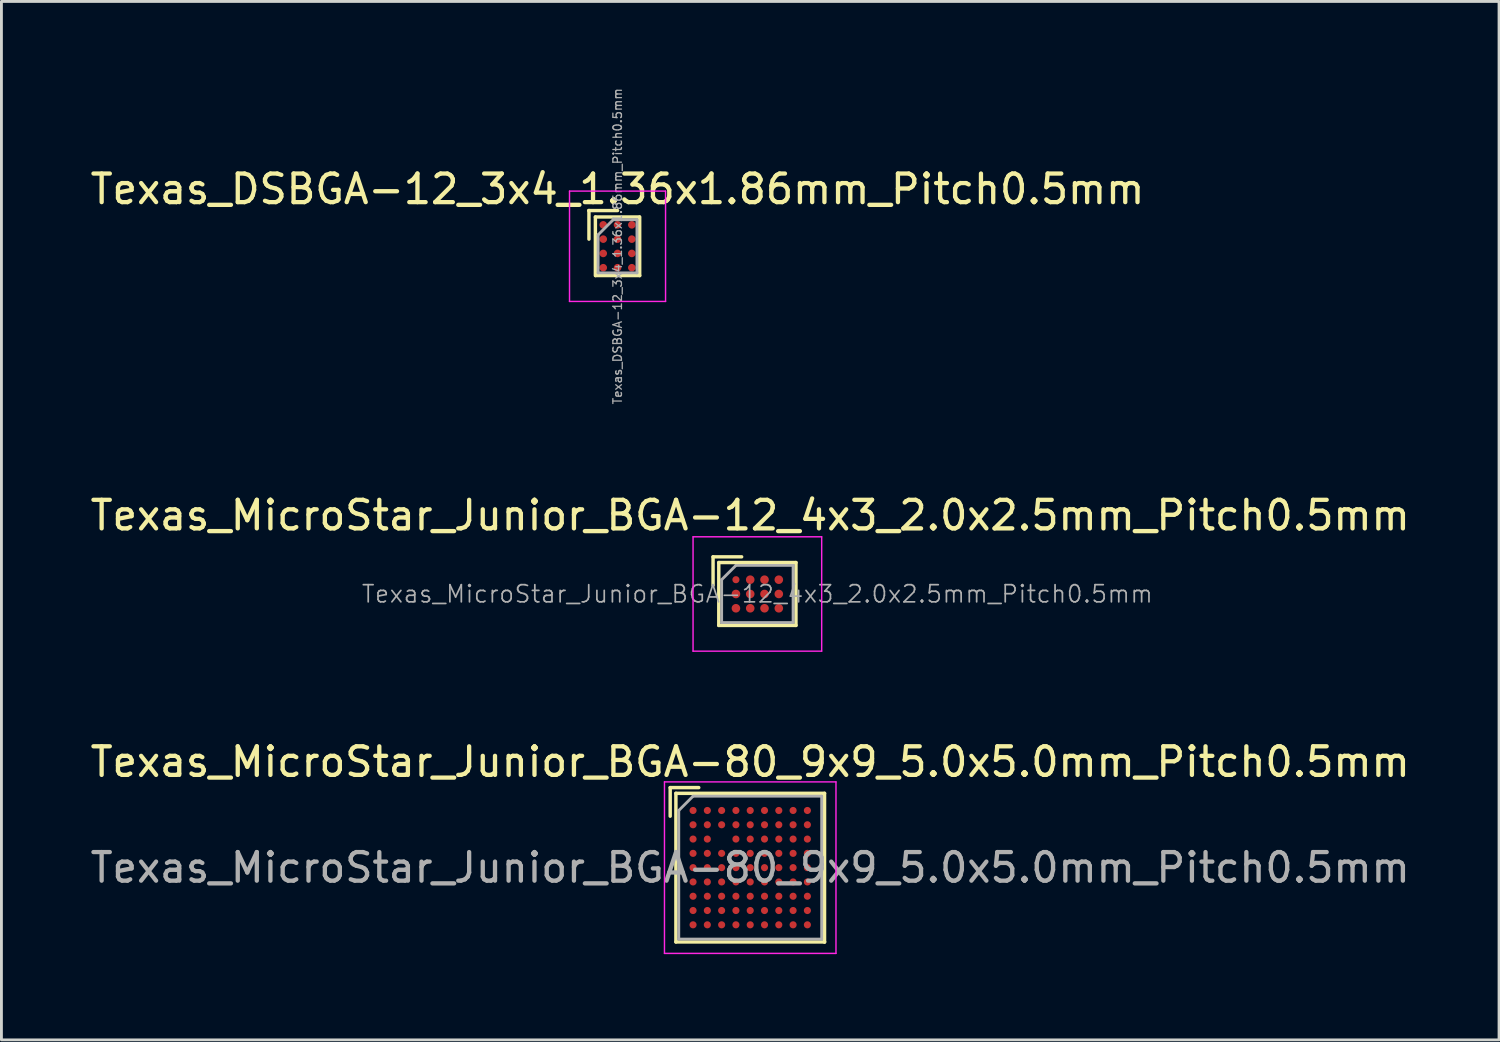
<source format=kicad_pcb>
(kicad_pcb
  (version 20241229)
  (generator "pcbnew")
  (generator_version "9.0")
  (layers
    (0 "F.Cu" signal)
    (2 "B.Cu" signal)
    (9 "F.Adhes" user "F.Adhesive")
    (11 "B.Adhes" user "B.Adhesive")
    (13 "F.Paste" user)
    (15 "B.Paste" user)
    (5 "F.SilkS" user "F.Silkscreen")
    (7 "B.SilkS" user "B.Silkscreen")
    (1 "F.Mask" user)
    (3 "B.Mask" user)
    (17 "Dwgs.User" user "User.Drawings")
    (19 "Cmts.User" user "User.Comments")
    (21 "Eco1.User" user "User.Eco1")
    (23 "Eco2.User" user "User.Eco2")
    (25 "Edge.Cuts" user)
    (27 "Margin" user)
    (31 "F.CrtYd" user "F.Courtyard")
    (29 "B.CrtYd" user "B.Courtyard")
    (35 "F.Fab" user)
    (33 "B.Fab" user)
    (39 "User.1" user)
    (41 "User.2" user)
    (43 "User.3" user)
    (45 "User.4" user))
  (footprint "Texas_MicroStar_Junior_BGA-12_4x3_2.0x2.5mm_Pitch0.5mm"
    (layer "F.Cu")
    (at 23.446 17.73)
    (property "Reference" "Texas_MicroStar_Junior_BGA-12_4x3_2.0x2.5mm_Pitch0.5mm" (at -0.25 -2.75 0) (layer "F.SilkS") (effects (font (size 1 1) (thickness 0.15))))
    (attr smd)
    (fp_line (start -1.55 -1.3) (end -1.55 -0.3) (stroke (width 0.12) (type solid)) (layer "F.SilkS"))
    (fp_line (start -1.55 -1.3) (end -0.55 -1.3) (stroke (width 0.12) (type solid)) (layer "F.SilkS"))
    (fp_line (start -1.35 -1.1) (end 1.35 -1.1) (stroke (width 0.12) (type solid)) (layer "F.SilkS"))
    (fp_line (start -1.35 1.1) (end -1.35 -1.1) (stroke (width 0.12) (type solid)) (layer "F.SilkS"))
    (fp_line (start -1.35 1.1) (end 1.35 1.1) (stroke (width 0.12) (type solid)) (layer "F.SilkS"))
    (fp_line (start 1.35 -1.1) (end 1.35 1.1) (stroke (width 0.12) (type solid)) (layer "F.SilkS"))
    (fp_line (start -2.25 -2) (end 2.25 -2) (stroke (width 0.05) (type solid)) (layer "F.CrtYd"))
    (fp_line (start -2.25 2) (end -2.25 -2) (stroke (width 0.05) (type solid)) (layer "F.CrtYd"))
    (fp_line (start 2.25 -2) (end 2.25 2) (stroke (width 0.05) (type solid)) (layer "F.CrtYd"))
    (fp_line (start 2.25 2) (end -2.25 2) (stroke (width 0.05) (type solid)) (layer "F.CrtYd"))
    (fp_line (start -1.25 1) (end -1.25 -0.5) (stroke (width 0.1) (type solid)) (layer "F.Fab"))
    (fp_line (start -0.75 -1) (end -1.25 -0.5) (stroke (width 0.1) (type solid)) (layer "F.Fab"))
    (fp_line (start -0.75 -1) (end 1.25 -1) (stroke (width 0.1) (type solid)) (layer "F.Fab"))
    (fp_line (start 1.25 -1) (end 1.25 1) (stroke (width 0.1) (type solid)) (layer "F.Fab"))
    (fp_line (start 1.25 1) (end -1.25 1) (stroke (width 0.1) (type solid)) (layer "F.Fab"))
    (fp_text user "${REFERENCE}" (at 0 0 0) (layer "F.Fab") (effects (font (size 0.6 0.6) (thickness 0.06))))
    (pad "A1" smd circle (at -0.75 -0.5) (size 0.25 0.25) (layers "F.Cu" "F.Mask" "F.Paste"))
    (pad "A2" smd circle (at -0.25 -0.5) (size 0.3 0.3) (layers "F.Cu" "F.Mask" "F.Paste"))
    (pad "A3" smd circle (at 0.25 -0.5) (size 0.3 0.3) (layers "F.Cu" "F.Mask" "F.Paste"))
    (pad "A4" smd circle (at 0.75 -0.5) (size 0.3 0.3) (layers "F.Cu" "F.Mask" "F.Paste"))
    (pad "B1" smd circle (at -0.75 0) (size 0.3 0.3) (layers "F.Cu" "F.Mask" "F.Paste"))
    (pad "B2" smd circle (at -0.25 0) (size 0.3 0.3) (layers "F.Cu" "F.Mask" "F.Paste"))
    (pad "B3" smd circle (at 0.25 0) (size 0.3 0.3) (layers "F.Cu" "F.Mask" "F.Paste"))
    (pad "B4" smd circle (at 0.75 0) (size 0.3 0.3) (layers "F.Cu" "F.Mask" "F.Paste"))
    (pad "C1" smd circle (at -0.75 0.5) (size 0.3 0.3) (layers "F.Cu" "F.Mask" "F.Paste"))
    (pad "C2" smd circle (at -0.25 0.5) (size 0.3 0.3) (layers "F.Cu" "F.Mask" "F.Paste"))
    (pad "C3" smd circle (at 0.25 0.5) (size 0.3 0.3) (layers "F.Cu" "F.Mask" "F.Paste"))
    (pad "C4" smd circle (at 0.75 0.5) (size 0.3 0.3) (layers "F.Cu" "F.Mask" "F.Paste")))
  (footprint "Texas_MicroStar_Junior_BGA-80_9x9_5.0x5.0mm_Pitch0.5mm"
    (layer "F.Cu")
    (at 23.196 27.304)
    (property "Reference" "Texas_MicroStar_Junior_BGA-80_9x9_5.0x5.0mm_Pitch0.5mm" (at 0 -3.7 0) (layer "F.SilkS") (effects (font (size 1 1) (thickness 0.15))))
    (attr smd)
    (fp_line (start -2.8 -2.8) (end -1.8 -2.8) (stroke (width 0.12) (type solid)) (layer "F.SilkS"))
    (fp_line (start -2.8 -1.8) (end -2.8 -2.8) (stroke (width 0.12) (type solid)) (layer "F.SilkS"))
    (fp_line (start -2.6 -2.6) (end 2.6 -2.6) (stroke (width 0.12) (type solid)) (layer "F.SilkS"))
    (fp_line (start -2.6 2.6) (end -2.6 -2.6) (stroke (width 0.12) (type solid)) (layer "F.SilkS"))
    (fp_line (start 2.6 -2.6) (end 2.6 2.6) (stroke (width 0.12) (type solid)) (layer "F.SilkS"))
    (fp_line (start 2.6 2.6) (end -2.6 2.6) (stroke (width 0.12) (type solid)) (layer "F.SilkS"))
    (fp_line (start 2.6 2.6) (end 2.6 2.6) (stroke (width 0.12) (type solid)) (layer "F.SilkS"))
    (fp_line (start -3 -3) (end 3 -3) (stroke (width 0.05) (type solid)) (layer "F.CrtYd"))
    (fp_line (start -3 3) (end -3 -3) (stroke (width 0.05) (type solid)) (layer "F.CrtYd"))
    (fp_line (start 3 -3) (end 3 3) (stroke (width 0.05) (type solid)) (layer "F.CrtYd"))
    (fp_line (start 3 3) (end -3 3) (stroke (width 0.05) (type solid)) (layer "F.CrtYd"))
    (fp_line (start -2.5 2.5) (end -2.5 -2) (stroke (width 0.1) (type solid)) (layer "F.Fab"))
    (fp_line (start -2 -2.5) (end -2.5 -2) (stroke (width 0.1) (type solid)) (layer "F.Fab"))
    (fp_line (start -2 -2.5) (end 2.5 -2.5) (stroke (width 0.1) (type solid)) (layer "F.Fab"))
    (fp_line (start 2.5 -2.5) (end 2.5 2.5) (stroke (width 0.1) (type solid)) (layer "F.Fab"))
    (fp_line (start 2.5 2.5) (end -2.5 2.5) (stroke (width 0.1) (type solid)) (layer "F.Fab"))
    (fp_text user "${REFERENCE}" (at 0 0 0) (layer "F.Fab") (effects (font (size 1 1) (thickness 0.15))))
    (pad "A1" smd circle (at -2 -2) (size 0.25 0.25) (layers "F.Cu" "F.Mask" "F.Paste"))
    (pad "A2" smd circle (at -1.5 -2) (size 0.25 0.25) (layers "F.Cu" "F.Mask" "F.Paste"))
    (pad "A3" smd circle (at -1 -2) (size 0.25 0.25) (layers "F.Cu" "F.Mask" "F.Paste"))
    (pad "A4" smd circle (at -0.5 -2) (size 0.25 0.25) (layers "F.Cu" "F.Mask" "F.Paste"))
    (pad "A5" smd circle (at 0 -2) (size 0.25 0.25) (layers "F.Cu" "F.Mask" "F.Paste"))
    (pad "A6" smd circle (at 0.5 -2) (size 0.25 0.25) (layers "F.Cu" "F.Mask" "F.Paste"))
    (pad "A7" smd circle (at 1 -2) (size 0.25 0.25) (layers "F.Cu" "F.Mask" "F.Paste"))
    (pad "A8" smd circle (at 1.5 -2) (size 0.25 0.25) (layers "F.Cu" "F.Mask" "F.Paste"))
    (pad "A9" smd circle (at 2 -2) (size 0.25 0.25) (layers "F.Cu" "F.Mask" "F.Paste"))
    (pad "B1" smd circle (at -2 -1.5) (size 0.25 0.25) (layers "F.Cu" "F.Mask" "F.Paste"))
    (pad "B2" smd circle (at -1.5 -1.5) (size 0.25 0.25) (layers "F.Cu" "F.Mask" "F.Paste"))
    (pad "B3" smd circle (at -1 -1.5) (size 0.25 0.25) (layers "F.Cu" "F.Mask" "F.Paste"))
    (pad "B4" smd circle (at -0.5 -1.5) (size 0.25 0.25) (layers "F.Cu" "F.Mask" "F.Paste"))
    (pad "B5" smd circle (at 0 -1.5) (size 0.25 0.25) (layers "F.Cu" "F.Mask" "F.Paste"))
    (pad "B6" smd circle (at 0.5 -1.5) (size 0.25 0.25) (layers "F.Cu" "F.Mask" "F.Paste"))
    (pad "B7" smd circle (at 1 -1.5) (size 0.25 0.25) (layers "F.Cu" "F.Mask" "F.Paste"))
    (pad "B8" smd circle (at 1.5 -1.5) (size 0.25 0.25) (layers "F.Cu" "F.Mask" "F.Paste"))
    (pad "B9" smd circle (at 2 -1.5) (size 0.25 0.25) (layers "F.Cu" "F.Mask" "F.Paste"))
    (pad "C1" smd circle (at -2 -1) (size 0.25 0.25) (layers "F.Cu" "F.Mask" "F.Paste"))
    (pad "C2" smd circle (at -1.5 -1) (size 0.25 0.25) (layers "F.Cu" "F.Mask" "F.Paste"))
    (pad "C4" smd circle (at -0.5 -1) (size 0.25 0.25) (layers "F.Cu" "F.Mask" "F.Paste"))
    (pad "C5" smd circle (at 0 -1) (size 0.25 0.25) (layers "F.Cu" "F.Mask" "F.Paste"))
    (pad "C6" smd circle (at 0.5 -1) (size 0.25 0.25) (layers "F.Cu" "F.Mask" "F.Paste"))
    (pad "C7" smd circle (at 1 -1) (size 0.25 0.25) (layers "F.Cu" "F.Mask" "F.Paste"))
    (pad "C8" smd circle (at 1.5 -1) (size 0.25 0.25) (layers "F.Cu" "F.Mask" "F.Paste"))
    (pad "C9" smd circle (at 2 -1) (size 0.25 0.25) (layers "F.Cu" "F.Mask" "F.Paste"))
    (pad "D1" smd circle (at -2 -0.5) (size 0.25 0.25) (layers "F.Cu" "F.Mask" "F.Paste"))
    (pad "D2" smd circle (at -1.5 -0.5) (size 0.25 0.25) (layers "F.Cu" "F.Mask" "F.Paste"))
    (pad "D3" smd circle (at -1 -0.5) (size 0.25 0.25) (layers "F.Cu" "F.Mask" "F.Paste"))
    (pad "D4" smd circle (at -0.5 -0.5) (size 0.25 0.25) (layers "F.Cu" "F.Mask" "F.Paste"))
    (pad "D5" smd circle (at 0 -0.5) (size 0.25 0.25) (layers "F.Cu" "F.Mask" "F.Paste"))
    (pad "D6" smd circle (at 0.5 -0.5) (size 0.25 0.25) (layers "F.Cu" "F.Mask" "F.Paste"))
    (pad "D7" smd circle (at 1 -0.5) (size 0.25 0.25) (layers "F.Cu" "F.Mask" "F.Paste"))
    (pad "D8" smd circle (at 1.5 -0.5) (size 0.25 0.25) (layers "F.Cu" "F.Mask" "F.Paste"))
    (pad "D9" smd circle (at 2 -0.5) (size 0.25 0.25) (layers "F.Cu" "F.Mask" "F.Paste"))
    (pad "E1" smd circle (at -2 0) (size 0.25 0.25) (layers "F.Cu" "F.Mask" "F.Paste"))
    (pad "E2" smd circle (at -1.5 0) (size 0.25 0.25) (layers "F.Cu" "F.Mask" "F.Paste"))
    (pad "E3" smd circle (at -1 0) (size 0.25 0.25) (layers "F.Cu" "F.Mask" "F.Paste"))
    (pad "E4" smd circle (at -0.5 0) (size 0.25 0.25) (layers "F.Cu" "F.Mask" "F.Paste"))
    (pad "E5" smd circle (at 0 0) (size 0.25 0.25) (layers "F.Cu" "F.Mask" "F.Paste"))
    (pad "E6" smd circle (at 0.5 0) (size 0.25 0.25) (layers "F.Cu" "F.Mask" "F.Paste"))
    (pad "E7" smd circle (at 1 0) (size 0.25 0.25) (layers "F.Cu" "F.Mask" "F.Paste"))
    (pad "E8" smd circle (at 1.5 0) (size 0.25 0.25) (layers "F.Cu" "F.Mask" "F.Paste"))
    (pad "E9" smd circle (at 2 0) (size 0.25 0.25) (layers "F.Cu" "F.Mask" "F.Paste"))
    (pad "F1" smd circle (at -2 0.5) (size 0.25 0.25) (layers "F.Cu" "F.Mask" "F.Paste"))
    (pad "F2" smd circle (at -1.5 0.5) (size 0.25 0.25) (layers "F.Cu" "F.Mask" "F.Paste"))
    (pad "F3" smd circle (at -1 0.5) (size 0.25 0.25) (layers "F.Cu" "F.Mask" "F.Paste"))
    (pad "F4" smd circle (at -0.5 0.5) (size 0.25 0.25) (layers "F.Cu" "F.Mask" "F.Paste"))
    (pad "F5" smd circle (at 0 0.5) (size 0.25 0.25) (layers "F.Cu" "F.Mask" "F.Paste"))
    (pad "F6" smd circle (at 0.5 0.5) (size 0.25 0.25) (layers "F.Cu" "F.Mask" "F.Paste"))
    (pad "F7" smd circle (at 1 0.5) (size 0.25 0.25) (layers "F.Cu" "F.Mask" "F.Paste"))
    (pad "F8" smd circle (at 1.5 0.5) (size 0.25 0.25) (layers "F.Cu" "F.Mask" "F.Paste"))
    (pad "F9" smd circle (at 2 0.5) (size 0.25 0.25) (layers "F.Cu" "F.Mask" "F.Paste"))
    (pad "G1" smd circle (at -2 1) (size 0.25 0.25) (layers "F.Cu" "F.Mask" "F.Paste"))
    (pad "G2" smd circle (at -1.5 1) (size 0.25 0.25) (layers "F.Cu" "F.Mask" "F.Paste"))
    (pad "G3" smd circle (at -1 1) (size 0.25 0.25) (layers "F.Cu" "F.Mask" "F.Paste"))
    (pad "G4" smd circle (at -0.5 1) (size 0.25 0.25) (layers "F.Cu" "F.Mask" "F.Paste"))
    (pad "G5" smd circle (at 0 1) (size 0.25 0.25) (layers "F.Cu" "F.Mask" "F.Paste"))
    (pad "G6" smd circle (at 0.5 1) (size 0.25 0.25) (layers "F.Cu" "F.Mask" "F.Paste"))
    (pad "G7" smd circle (at 1 1) (size 0.25 0.25) (layers "F.Cu" "F.Mask" "F.Paste"))
    (pad "G8" smd circle (at 1.5 1) (size 0.25 0.25) (layers "F.Cu" "F.Mask" "F.Paste"))
    (pad "G9" smd circle (at 2 1) (size 0.25 0.25) (layers "F.Cu" "F.Mask" "F.Paste"))
    (pad "H1" smd circle (at -2 1.5) (size 0.25 0.25) (layers "F.Cu" "F.Mask" "F.Paste"))
    (pad "H2" smd circle (at -1.5 1.5) (size 0.25 0.25) (layers "F.Cu" "F.Mask" "F.Paste"))
    (pad "H3" smd circle (at -1 1.5) (size 0.25 0.25) (layers "F.Cu" "F.Mask" "F.Paste"))
    (pad "H4" smd circle (at -0.5 1.5) (size 0.25 0.25) (layers "F.Cu" "F.Mask" "F.Paste"))
    (pad "H5" smd circle (at 0 1.5) (size 0.25 0.25) (layers "F.Cu" "F.Mask" "F.Paste"))
    (pad "H6" smd circle (at 0.5 1.5) (size 0.25 0.25) (layers "F.Cu" "F.Mask" "F.Paste"))
    (pad "H7" smd circle (at 1 1.5) (size 0.25 0.25) (layers "F.Cu" "F.Mask" "F.Paste"))
    (pad "H8" smd circle (at 1.5 1.5) (size 0.25 0.25) (layers "F.Cu" "F.Mask" "F.Paste"))
    (pad "H9" smd circle (at 2 1.5) (size 0.25 0.25) (layers "F.Cu" "F.Mask" "F.Paste"))
    (pad "J1" smd circle (at -2 2) (size 0.25 0.25) (layers "F.Cu" "F.Mask" "F.Paste"))
    (pad "J2" smd circle (at -1.5 2) (size 0.25 0.25) (layers "F.Cu" "F.Mask" "F.Paste"))
    (pad "J3" smd circle (at -1 2) (size 0.25 0.25) (layers "F.Cu" "F.Mask" "F.Paste"))
    (pad "J4" smd circle (at -0.5 2) (size 0.25 0.25) (layers "F.Cu" "F.Mask" "F.Paste"))
    (pad "J5" smd circle (at 0 2) (size 0.25 0.25) (layers "F.Cu" "F.Mask" "F.Paste"))
    (pad "J6" smd circle (at 0.5 2) (size 0.25 0.25) (layers "F.Cu" "F.Mask" "F.Paste"))
    (pad "J7" smd circle (at 1 2) (size 0.25 0.25) (layers "F.Cu" "F.Mask" "F.Paste"))
    (pad "J8" smd circle (at 1.5 2) (size 0.25 0.25) (layers "F.Cu" "F.Mask" "F.Paste"))
    (pad "J9" smd circle (at 2 2) (size 0.25 0.25) (layers "F.Cu" "F.Mask" "F.Paste")))
  (footprint "Texas_DSBGA-12_3x4_1.36x1.86mm_Pitch0.5mm"
    (layer "F.Cu")
    (at 18.554 5.566)
    (property "Reference" "Texas_DSBGA-12_3x4_1.36x1.86mm_Pitch0.5mm" (at 0 -2 0) (layer "F.SilkS") (effects (font (size 1 1) (thickness 0.15))))
    (attr smd)
    (fp_line (start -1 -1.25) (end -1 -1.25) (stroke (width 0.12) (type solid)) (layer "F.SilkS"))
    (fp_line (start -1 -1.25) (end -1 -0.25) (stroke (width 0.12) (type solid)) (layer "F.SilkS"))
    (fp_line (start -0.775 -1.025) (end -0.775 1.025) (stroke (width 0.12) (type solid)) (layer "F.SilkS"))
    (fp_line (start -0.775 -1.025) (end 0.765 -1.025) (stroke (width 0.12) (type solid)) (layer "F.SilkS"))
    (fp_line (start -0.765 1.025) (end 0.775 1.025) (stroke (width 0.12) (type solid)) (layer "F.SilkS"))
    (fp_line (start 0 -1.25) (end -1 -1.25) (stroke (width 0.12) (type solid)) (layer "F.SilkS"))
    (fp_line (start 0.775 1.025) (end 0.775 -1.025) (stroke (width 0.12) (type solid)) (layer "F.SilkS"))
    (fp_line (start -1.68 -1.93) (end 1.68 -1.93) (stroke (width 0.05) (type solid)) (layer "F.CrtYd"))
    (fp_line (start -1.68 1.93) (end -1.68 -1.93) (stroke (width 0.05) (type solid)) (layer "F.CrtYd"))
    (fp_line (start -1.68 1.93) (end 1.68 1.93) (stroke (width 0.05) (type solid)) (layer "F.CrtYd"))
    (fp_line (start 1.68 -1.93) (end 1.68 1.93) (stroke (width 0.05) (type solid)) (layer "F.CrtYd"))
    (fp_line (start -0.68 -0.4) (end -0.15 -0.93) (stroke (width 0.1) (type solid)) (layer "F.Fab"))
    (fp_line (start -0.68 0.93) (end -0.68 -0.4) (stroke (width 0.1) (type solid)) (layer "F.Fab"))
    (fp_line (start -0.68 0.93) (end 0.68 0.93) (stroke (width 0.1) (type solid)) (layer "F.Fab"))
    (fp_line (start 0.68 -0.93) (end -0.15 -0.93) (stroke (width 0.1) (type solid)) (layer "F.Fab"))
    (fp_line (start 0.68 0.93) (end 0.68 -0.93) (stroke (width 0.1) (type solid)) (layer "F.Fab"))
    (fp_text user "${REFERENCE}" (at 0 0 90) (layer "F.Fab") (effects (font (size 0.3 0.3) (thickness 0.045))))
    (pad "" smd rect (at -0.5 -0.75) (size 0.3 0.3) (layers "F.Paste"))
    (pad "" smd rect (at -0.5 -0.25) (size 0.3 0.3) (layers "F.Paste"))
    (pad "" smd rect (at -0.5 0.25) (size 0.3 0.3) (layers "F.Paste"))
    (pad "" smd rect (at -0.5 0.75) (size 0.3 0.3) (layers "F.Paste"))
    (pad "" smd rect (at 0 -0.75) (size 0.3 0.3) (layers "F.Paste"))
    (pad "" smd rect (at 0 -0.25) (size 0.3 0.3) (layers "F.Paste"))
    (pad "" smd rect (at 0 0.25) (size 0.3 0.3) (layers "F.Paste"))
    (pad "" smd rect (at 0 0.75) (size 0.3 0.3) (layers "F.Paste"))
    (pad "" smd rect (at 0.5 -0.75) (size 0.3 0.3) (layers "F.Paste"))
    (pad "" smd rect (at 0.5 -0.25) (size 0.3 0.3) (layers "F.Paste"))
    (pad "" smd rect (at 0.5 0.25) (size 0.3 0.3) (layers "F.Paste"))
    (pad "" smd rect (at 0.5 0.75) (size 0.3 0.3) (layers "F.Paste"))
    (pad "A1" smd circle (at -0.5 -0.75) (size 0.265 0.265) (layers "F.Cu" "F.Mask"))
    (pad "A2" smd circle (at 0 -0.75) (size 0.265 0.265) (layers "F.Cu" "F.Mask"))
    (pad "A3" smd circle (at 0.5 -0.75) (size 0.265 0.265) (layers "F.Cu" "F.Mask"))
    (pad "B1" smd circle (at -0.5 -0.25) (size 0.265 0.265) (layers "F.Cu" "F.Mask"))
    (pad "B2" smd circle (at 0 -0.25) (size 0.265 0.265) (layers "F.Cu" "F.Mask"))
    (pad "B3" smd circle (at 0.5 -0.25) (size 0.265 0.265) (layers "F.Cu" "F.Mask"))
    (pad "C1" smd circle (at -0.5 0.25) (size 0.265 0.265) (layers "F.Cu" "F.Mask"))
    (pad "C2" smd circle (at 0 0.25) (size 0.265 0.265) (layers "F.Cu" "F.Mask"))
    (pad "C3" smd circle (at 0.5 0.25) (size 0.265 0.265) (layers "F.Cu" "F.Mask"))
    (pad "D1" smd circle (at -0.5 0.75) (size 0.265 0.265) (layers "F.Cu" "F.Mask"))
    (pad "D2" smd circle (at 0 0.75) (size 0.265 0.265) (layers "F.Cu" "F.Mask"))
    (pad "D3" smd circle (at 0.5 0.75) (size 0.265 0.265) (layers "F.Cu" "F.Mask")))
  (gr_rect
    (start -3 -3)
    (end 49.393 33.329)
    (stroke (width 0.1) (type default))
    (fill no)
    (layer "Edge.Cuts")))
</source>
